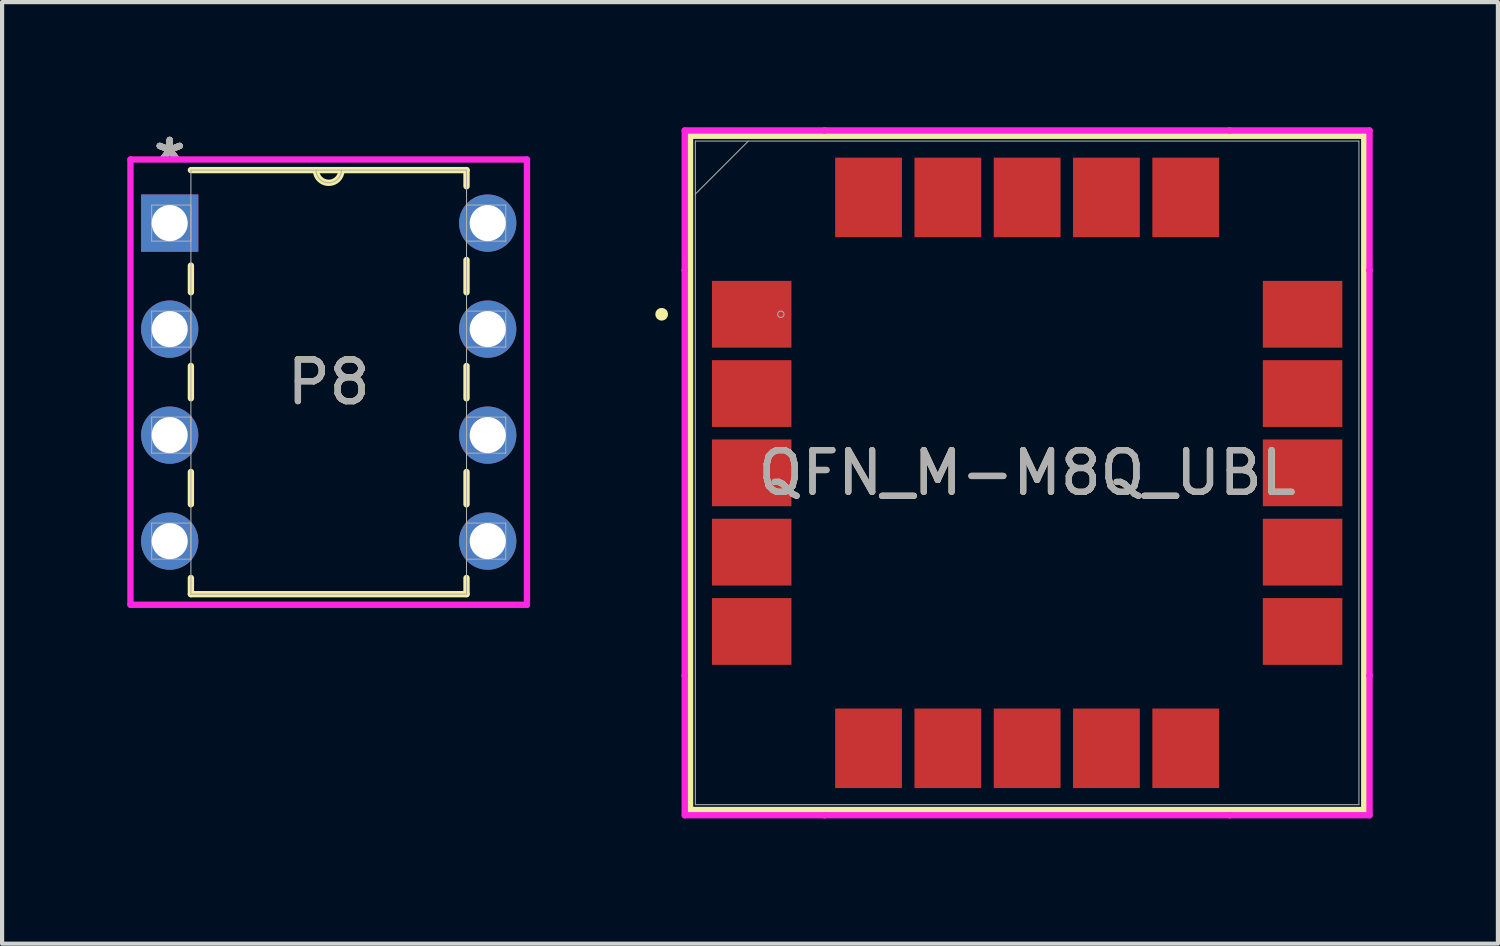
<source format=kicad_pcb>
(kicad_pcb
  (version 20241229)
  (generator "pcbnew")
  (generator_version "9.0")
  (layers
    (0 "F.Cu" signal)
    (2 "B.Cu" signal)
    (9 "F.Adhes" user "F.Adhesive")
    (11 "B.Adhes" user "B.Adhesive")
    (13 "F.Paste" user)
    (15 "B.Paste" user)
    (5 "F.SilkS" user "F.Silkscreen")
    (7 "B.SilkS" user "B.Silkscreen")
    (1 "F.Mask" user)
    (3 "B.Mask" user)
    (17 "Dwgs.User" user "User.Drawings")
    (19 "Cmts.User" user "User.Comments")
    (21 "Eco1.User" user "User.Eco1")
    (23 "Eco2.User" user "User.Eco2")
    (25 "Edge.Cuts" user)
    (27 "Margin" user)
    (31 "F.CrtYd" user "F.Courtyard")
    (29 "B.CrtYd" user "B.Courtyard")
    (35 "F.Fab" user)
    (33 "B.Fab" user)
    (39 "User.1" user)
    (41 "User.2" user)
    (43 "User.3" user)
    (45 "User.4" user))
  (footprint "P8"
    (layer "F.Cu")
    (at 8.636 9.916)
    (property "Reference" "P8" (at -3.81 -3.81 0) (unlocked yes) (layer "F.SilkS") (effects (font (size 1 1) (thickness 0.15))))
    (attr through_hole)
    (fp_line (start -7.112 -6.601) (end -7.112 -5.963) (stroke (width 0.152) (type solid)) (layer "F.SilkS"))
    (fp_line (start -7.112 -4.197) (end -7.112 -3.423) (stroke (width 0.152) (type solid)) (layer "F.SilkS"))
    (fp_line (start -7.112 -1.657) (end -7.112 -0.883) (stroke (width 0.152) (type solid)) (layer "F.SilkS"))
    (fp_line (start -7.112 0.883) (end -7.112 1.27) (stroke (width 0.152) (type solid)) (layer "F.SilkS"))
    (fp_line (start -7.112 1.27) (end -0.508 1.27) (stroke (width 0.152) (type solid)) (layer "F.SilkS"))
    (fp_line (start -0.508 -8.89) (end -7.112 -8.89) (stroke (width 0.152) (type solid)) (layer "F.SilkS"))
    (fp_line (start -0.508 -8.503) (end -0.508 -8.89) (stroke (width 0.152) (type solid)) (layer "F.SilkS"))
    (fp_line (start -0.508 -5.963) (end -0.508 -6.737) (stroke (width 0.152) (type solid)) (layer "F.SilkS"))
    (fp_line (start -0.508 -3.423) (end -0.508 -4.197) (stroke (width 0.152) (type solid)) (layer "F.SilkS"))
    (fp_line (start -0.508 -0.883) (end -0.508 -1.657) (stroke (width 0.152) (type solid)) (layer "F.SilkS"))
    (fp_line (start -0.508 1.27) (end -0.508 0.883) (stroke (width 0.152) (type solid)) (layer "F.SilkS"))
    (fp_arc (start -3.5052 -8.89) (mid -3.81 -8.5852) (end -4.1148 -8.89) (stroke (width 0.1524) (type solid)) (layer "F.SilkS"))
    (fp_line (start -8.56 -9.144) (end -8.56 1.524) (stroke (width 0.152) (type solid)) (layer "F.CrtYd"))
    (fp_line (start -8.56 1.524) (end 0.94 1.524) (stroke (width 0.152) (type solid)) (layer "F.CrtYd"))
    (fp_line (start 0.94 -9.144) (end -8.56 -9.144) (stroke (width 0.152) (type solid)) (layer "F.CrtYd"))
    (fp_line (start 0.94 1.524) (end 0.94 -9.144) (stroke (width 0.152) (type solid)) (layer "F.CrtYd"))
    (fp_line (start -8.052 -8.052) (end -8.052 -7.188) (stroke (width 0.025) (type solid)) (layer "F.Fab"))
    (fp_line (start -8.052 -7.188) (end -7.112 -7.188) (stroke (width 0.025) (type solid)) (layer "F.Fab"))
    (fp_line (start -8.052 -5.512) (end -8.052 -4.648) (stroke (width 0.025) (type solid)) (layer "F.Fab"))
    (fp_line (start -8.052 -4.648) (end -7.112 -4.648) (stroke (width 0.025) (type solid)) (layer "F.Fab"))
    (fp_line (start -8.052 -2.972) (end -8.052 -2.108) (stroke (width 0.025) (type solid)) (layer "F.Fab"))
    (fp_line (start -8.052 -2.108) (end -7.112 -2.108) (stroke (width 0.025) (type solid)) (layer "F.Fab"))
    (fp_line (start -8.052 -0.432) (end -8.052 0.432) (stroke (width 0.025) (type solid)) (layer "F.Fab"))
    (fp_line (start -8.052 0.432) (end -7.112 0.432) (stroke (width 0.025) (type solid)) (layer "F.Fab"))
    (fp_line (start -7.112 -8.89) (end -7.112 1.27) (stroke (width 0.025) (type solid)) (layer "F.Fab"))
    (fp_line (start -7.112 -8.052) (end -8.052 -8.052) (stroke (width 0.025) (type solid)) (layer "F.Fab"))
    (fp_line (start -7.112 -7.188) (end -7.112 -8.052) (stroke (width 0.025) (type solid)) (layer "F.Fab"))
    (fp_line (start -7.112 -5.512) (end -8.052 -5.512) (stroke (width 0.025) (type solid)) (layer "F.Fab"))
    (fp_line (start -7.112 -4.648) (end -7.112 -5.512) (stroke (width 0.025) (type solid)) (layer "F.Fab"))
    (fp_line (start -7.112 -2.972) (end -8.052 -2.972) (stroke (width 0.025) (type solid)) (layer "F.Fab"))
    (fp_line (start -7.112 -2.108) (end -7.112 -2.972) (stroke (width 0.025) (type solid)) (layer "F.Fab"))
    (fp_line (start -7.112 -0.432) (end -8.052 -0.432) (stroke (width 0.025) (type solid)) (layer "F.Fab"))
    (fp_line (start -7.112 0.432) (end -7.112 -0.432) (stroke (width 0.025) (type solid)) (layer "F.Fab"))
    (fp_line (start -7.112 1.27) (end -0.508 1.27) (stroke (width 0.025) (type solid)) (layer "F.Fab"))
    (fp_line (start -0.508 -8.89) (end -7.112 -8.89) (stroke (width 0.025) (type solid)) (layer "F.Fab"))
    (fp_line (start -0.508 -8.052) (end -0.508 -7.188) (stroke (width 0.025) (type solid)) (layer "F.Fab"))
    (fp_line (start -0.508 -7.188) (end 0.432 -7.188) (stroke (width 0.025) (type solid)) (layer "F.Fab"))
    (fp_line (start -0.508 -5.512) (end -0.508 -4.648) (stroke (width 0.025) (type solid)) (layer "F.Fab"))
    (fp_line (start -0.508 -4.648) (end 0.432 -4.648) (stroke (width 0.025) (type solid)) (layer "F.Fab"))
    (fp_line (start -0.508 -2.972) (end -0.508 -2.108) (stroke (width 0.025) (type solid)) (layer "F.Fab"))
    (fp_line (start -0.508 -2.108) (end 0.432 -2.108) (stroke (width 0.025) (type solid)) (layer "F.Fab"))
    (fp_line (start -0.508 -0.432) (end -0.508 0.432) (stroke (width 0.025) (type solid)) (layer "F.Fab"))
    (fp_line (start -0.508 0.432) (end 0.432 0.432) (stroke (width 0.025) (type solid)) (layer "F.Fab"))
    (fp_line (start -0.508 1.27) (end -0.508 -8.89) (stroke (width 0.025) (type solid)) (layer "F.Fab"))
    (fp_line (start 0.432 -8.052) (end -0.508 -8.052) (stroke (width 0.025) (type solid)) (layer "F.Fab"))
    (fp_line (start 0.432 -7.188) (end 0.432 -8.052) (stroke (width 0.025) (type solid)) (layer "F.Fab"))
    (fp_line (start 0.432 -5.512) (end -0.508 -5.512) (stroke (width 0.025) (type solid)) (layer "F.Fab"))
    (fp_line (start 0.432 -4.648) (end 0.432 -5.512) (stroke (width 0.025) (type solid)) (layer "F.Fab"))
    (fp_line (start 0.432 -2.972) (end -0.508 -2.972) (stroke (width 0.025) (type solid)) (layer "F.Fab"))
    (fp_line (start 0.432 -2.108) (end 0.432 -2.972) (stroke (width 0.025) (type solid)) (layer "F.Fab"))
    (fp_line (start 0.432 -0.432) (end -0.508 -0.432) (stroke (width 0.025) (type solid)) (layer "F.Fab"))
    (fp_line (start 0.432 0.432) (end 0.432 -0.432) (stroke (width 0.025) (type solid)) (layer "F.Fab"))
    (fp_arc (start -3.5052 -8.89) (mid -3.81 -8.5852) (end -4.1148 -8.89) (stroke (width 0.0254) (type solid)) (layer "F.Fab"))
    (fp_text user "*" (at -7.62 -9.068 0) (layer "F.SilkS") (effects (font (size 1 1) (thickness 0.15))))
    (fp_text user "*" (at -7.62 -9.068 0) (unlocked yes) (layer "F.SilkS") (effects (font (size 1 1) (thickness 0.15))))
    (fp_text user "*" (at -7.62 -9.068 0) (unlocked yes) (layer "F.Fab") (effects (font (size 1 1) (thickness 0.15))))
    (fp_text user "*" (at -7.62 -9.068 0) (layer "F.Fab") (effects (font (size 1 1) (thickness 0.15))))
    (fp_text user "${REFERENCE}" (at -3.81 -3.81 0) (unlocked yes) (layer "F.Fab") (effects (font (size 1 1) (thickness 0.15))))
    (pad "1" thru_hole rect (at -7.62 -7.62) (size 1.372 1.372) (drill 0.864) (layers "*.Cu" "*.Mask"))
    (pad "2" thru_hole circle (at -7.62 -5.08) (size 1.372 1.372) (drill 0.864) (layers "*.Cu" "*.Mask"))
    (pad "3" thru_hole circle (at -7.62 -2.54) (size 1.372 1.372) (drill 0.864) (layers "*.Cu" "*.Mask"))
    (pad "4" thru_hole circle (at -7.62 0) (size 1.372 1.372) (drill 0.864) (layers "*.Cu" "*.Mask"))
    (pad "5" thru_hole circle (at 0 0) (size 1.372 1.372) (drill 0.864) (layers "*.Cu" "*.Mask"))
    (pad "6" thru_hole circle (at 0 -2.54) (size 1.372 1.372) (drill 0.864) (layers "*.Cu" "*.Mask"))
    (pad "7" thru_hole circle (at 0 -5.08) (size 1.372 1.372) (drill 0.864) (layers "*.Cu" "*.Mask"))
    (pad "8" thru_hole circle (at 0 -7.62) (size 1.372 1.372) (drill 0.864) (layers "*.Cu" "*.Mask")))
  (footprint "QFN_M-M8Q_UBL"
    (layer "F.Cu")
    (at 21.561 8.28)
    (property "Reference" "QFN_M-M8Q_UBL" (at 0 0 0) (unlocked yes) (layer "F.SilkS") (effects (font (size 1 1) (thickness 0.15))))
    (attr smd)
    (fp_line (start -8.077 -8.077) (end -8.077 8.077) (stroke (width 0.152) (type solid)) (layer "F.SilkS"))
    (fp_line (start -8.077 8.077) (end 8.077 8.077) (stroke (width 0.152) (type solid)) (layer "F.SilkS"))
    (fp_line (start 8.077 -8.077) (end -8.077 -8.077) (stroke (width 0.152) (type solid)) (layer "F.SilkS"))
    (fp_line (start 8.077 8.077) (end 8.077 -8.077) (stroke (width 0.152) (type solid)) (layer "F.SilkS"))
    (fp_circle (center -8.757 -3.8) (end -8.68 -3.8) (stroke (width 0.152) (type solid)) (fill no) (layer "F.SilkS"))
    (fp_line (start -8.204 -8.204) (end -4.854 -8.204) (stroke (width 0.152) (type solid)) (layer "F.CrtYd"))
    (fp_line (start -8.204 -4.854) (end -8.204 -8.204) (stroke (width 0.152) (type solid)) (layer "F.CrtYd"))
    (fp_line (start -8.204 -4.854) (end -8.204 -4.854) (stroke (width 0.152) (type solid)) (layer "F.CrtYd"))
    (fp_line (start -8.204 4.854) (end -8.204 -4.854) (stroke (width 0.152) (type solid)) (layer "F.CrtYd"))
    (fp_line (start -8.204 4.854) (end -8.204 4.854) (stroke (width 0.152) (type solid)) (layer "F.CrtYd"))
    (fp_line (start -8.204 8.204) (end -8.204 4.854) (stroke (width 0.152) (type solid)) (layer "F.CrtYd"))
    (fp_line (start -4.854 -8.204) (end -4.854 -8.204) (stroke (width 0.152) (type solid)) (layer "F.CrtYd"))
    (fp_line (start -4.854 -8.204) (end 4.854 -8.204) (stroke (width 0.152) (type solid)) (layer "F.CrtYd"))
    (fp_line (start -4.854 8.204) (end -8.204 8.204) (stroke (width 0.152) (type solid)) (layer "F.CrtYd"))
    (fp_line (start -4.854 8.204) (end -4.854 8.204) (stroke (width 0.152) (type solid)) (layer "F.CrtYd"))
    (fp_line (start 4.854 -8.204) (end 4.854 -8.204) (stroke (width 0.152) (type solid)) (layer "F.CrtYd"))
    (fp_line (start 4.854 -8.204) (end 8.204 -8.204) (stroke (width 0.152) (type solid)) (layer "F.CrtYd"))
    (fp_line (start 4.854 8.204) (end -4.854 8.204) (stroke (width 0.152) (type solid)) (layer "F.CrtYd"))
    (fp_line (start 4.854 8.204) (end 4.854 8.204) (stroke (width 0.152) (type solid)) (layer "F.CrtYd"))
    (fp_line (start 8.204 -8.204) (end 8.204 -4.854) (stroke (width 0.152) (type solid)) (layer "F.CrtYd"))
    (fp_line (start 8.204 -4.854) (end 8.204 -4.854) (stroke (width 0.152) (type solid)) (layer "F.CrtYd"))
    (fp_line (start 8.204 -4.854) (end 8.204 4.854) (stroke (width 0.152) (type solid)) (layer "F.CrtYd"))
    (fp_line (start 8.204 4.854) (end 8.204 4.854) (stroke (width 0.152) (type solid)) (layer "F.CrtYd"))
    (fp_line (start 8.204 4.854) (end 8.204 8.204) (stroke (width 0.152) (type solid)) (layer "F.CrtYd"))
    (fp_line (start 8.204 8.204) (end 4.854 8.204) (stroke (width 0.152) (type solid)) (layer "F.CrtYd"))
    (fp_line (start -7.95 -7.95) (end -7.95 7.95) (stroke (width 0.025) (type solid)) (layer "F.Fab"))
    (fp_line (start -7.95 -6.68) (end -6.68 -7.95) (stroke (width 0.025) (type solid)) (layer "F.Fab"))
    (fp_line (start -7.95 7.95) (end 7.95 7.95) (stroke (width 0.025) (type solid)) (layer "F.Fab"))
    (fp_line (start 7.95 -7.95) (end -7.95 -7.95) (stroke (width 0.025) (type solid)) (layer "F.Fab"))
    (fp_line (start 7.95 7.95) (end 7.95 -7.95) (stroke (width 0.025) (type solid)) (layer "F.Fab"))
    (fp_circle (center -5.902 -3.8) (end -5.825 -3.8) (stroke (width 0.025) (type solid)) (fill no) (layer "F.Fab"))
    (fp_text user "${REFERENCE}" (at 0 0 0) (unlocked yes) (layer "F.Fab") (effects (font (size 1 1) (thickness 0.15))))
    (pad "1" smd rect (at -6.6 -3.8) (size 1.905 1.6) (layers "F.Cu" "F.Mask" "F.Paste"))
    (pad "2" smd rect (at -6.6 -1.9) (size 1.905 1.6) (layers "F.Cu" "F.Mask" "F.Paste"))
    (pad "3" smd rect (at -6.6 0) (size 1.905 1.6) (layers "F.Cu" "F.Mask" "F.Paste"))
    (pad "4" smd rect (at -6.6 1.9) (size 1.905 1.6) (layers "F.Cu" "F.Mask" "F.Paste"))
    (pad "5" smd rect (at -6.6 3.8) (size 1.905 1.6) (layers "F.Cu" "F.Mask" "F.Paste"))
    (pad "6" smd rect (at -3.8 6.6 90) (size 1.905 1.6) (layers "F.Cu" "F.Mask" "F.Paste"))
    (pad "7" smd rect (at -1.9 6.6 90) (size 1.905 1.6) (layers "F.Cu" "F.Mask" "F.Paste"))
    (pad "8" smd rect (at 0 6.6 90) (size 1.905 1.6) (layers "F.Cu" "F.Mask" "F.Paste"))
    (pad "9" smd rect (at 1.9 6.6 90) (size 1.905 1.6) (layers "F.Cu" "F.Mask" "F.Paste"))
    (pad "10" smd rect (at 3.8 6.6 90) (size 1.905 1.6) (layers "F.Cu" "F.Mask" "F.Paste"))
    (pad "11" smd rect (at 6.6 3.8) (size 1.905 1.6) (layers "F.Cu" "F.Mask" "F.Paste"))
    (pad "12" smd rect (at 6.6 1.9) (size 1.905 1.6) (layers "F.Cu" "F.Mask" "F.Paste"))
    (pad "13" smd rect (at 6.6 0) (size 1.905 1.6) (layers "F.Cu" "F.Mask" "F.Paste"))
    (pad "14" smd rect (at 6.6 -1.9) (size 1.905 1.6) (layers "F.Cu" "F.Mask" "F.Paste"))
    (pad "15" smd rect (at 6.6 -3.8) (size 1.905 1.6) (layers "F.Cu" "F.Mask" "F.Paste"))
    (pad "16" smd rect (at 3.8 -6.6 90) (size 1.905 1.6) (layers "F.Cu" "F.Mask" "F.Paste"))
    (pad "17" smd rect (at 1.9 -6.6 90) (size 1.905 1.6) (layers "F.Cu" "F.Mask" "F.Paste"))
    (pad "18" smd rect (at 0 -6.6 90) (size 1.905 1.6) (layers "F.Cu" "F.Mask" "F.Paste"))
    (pad "19" smd rect (at -1.9 -6.6 90) (size 1.905 1.6) (layers "F.Cu" "F.Mask" "F.Paste"))
    (pad "20" smd rect (at -3.8 -6.6 90) (size 1.905 1.6) (layers "F.Cu" "F.Mask" "F.Paste")))
  (gr_rect
    (start -3 -3)
    (end 32.841 19.561)
    (stroke (width 0.1) (type default))
    (fill no)
    (layer "Edge.Cuts")))
</source>
